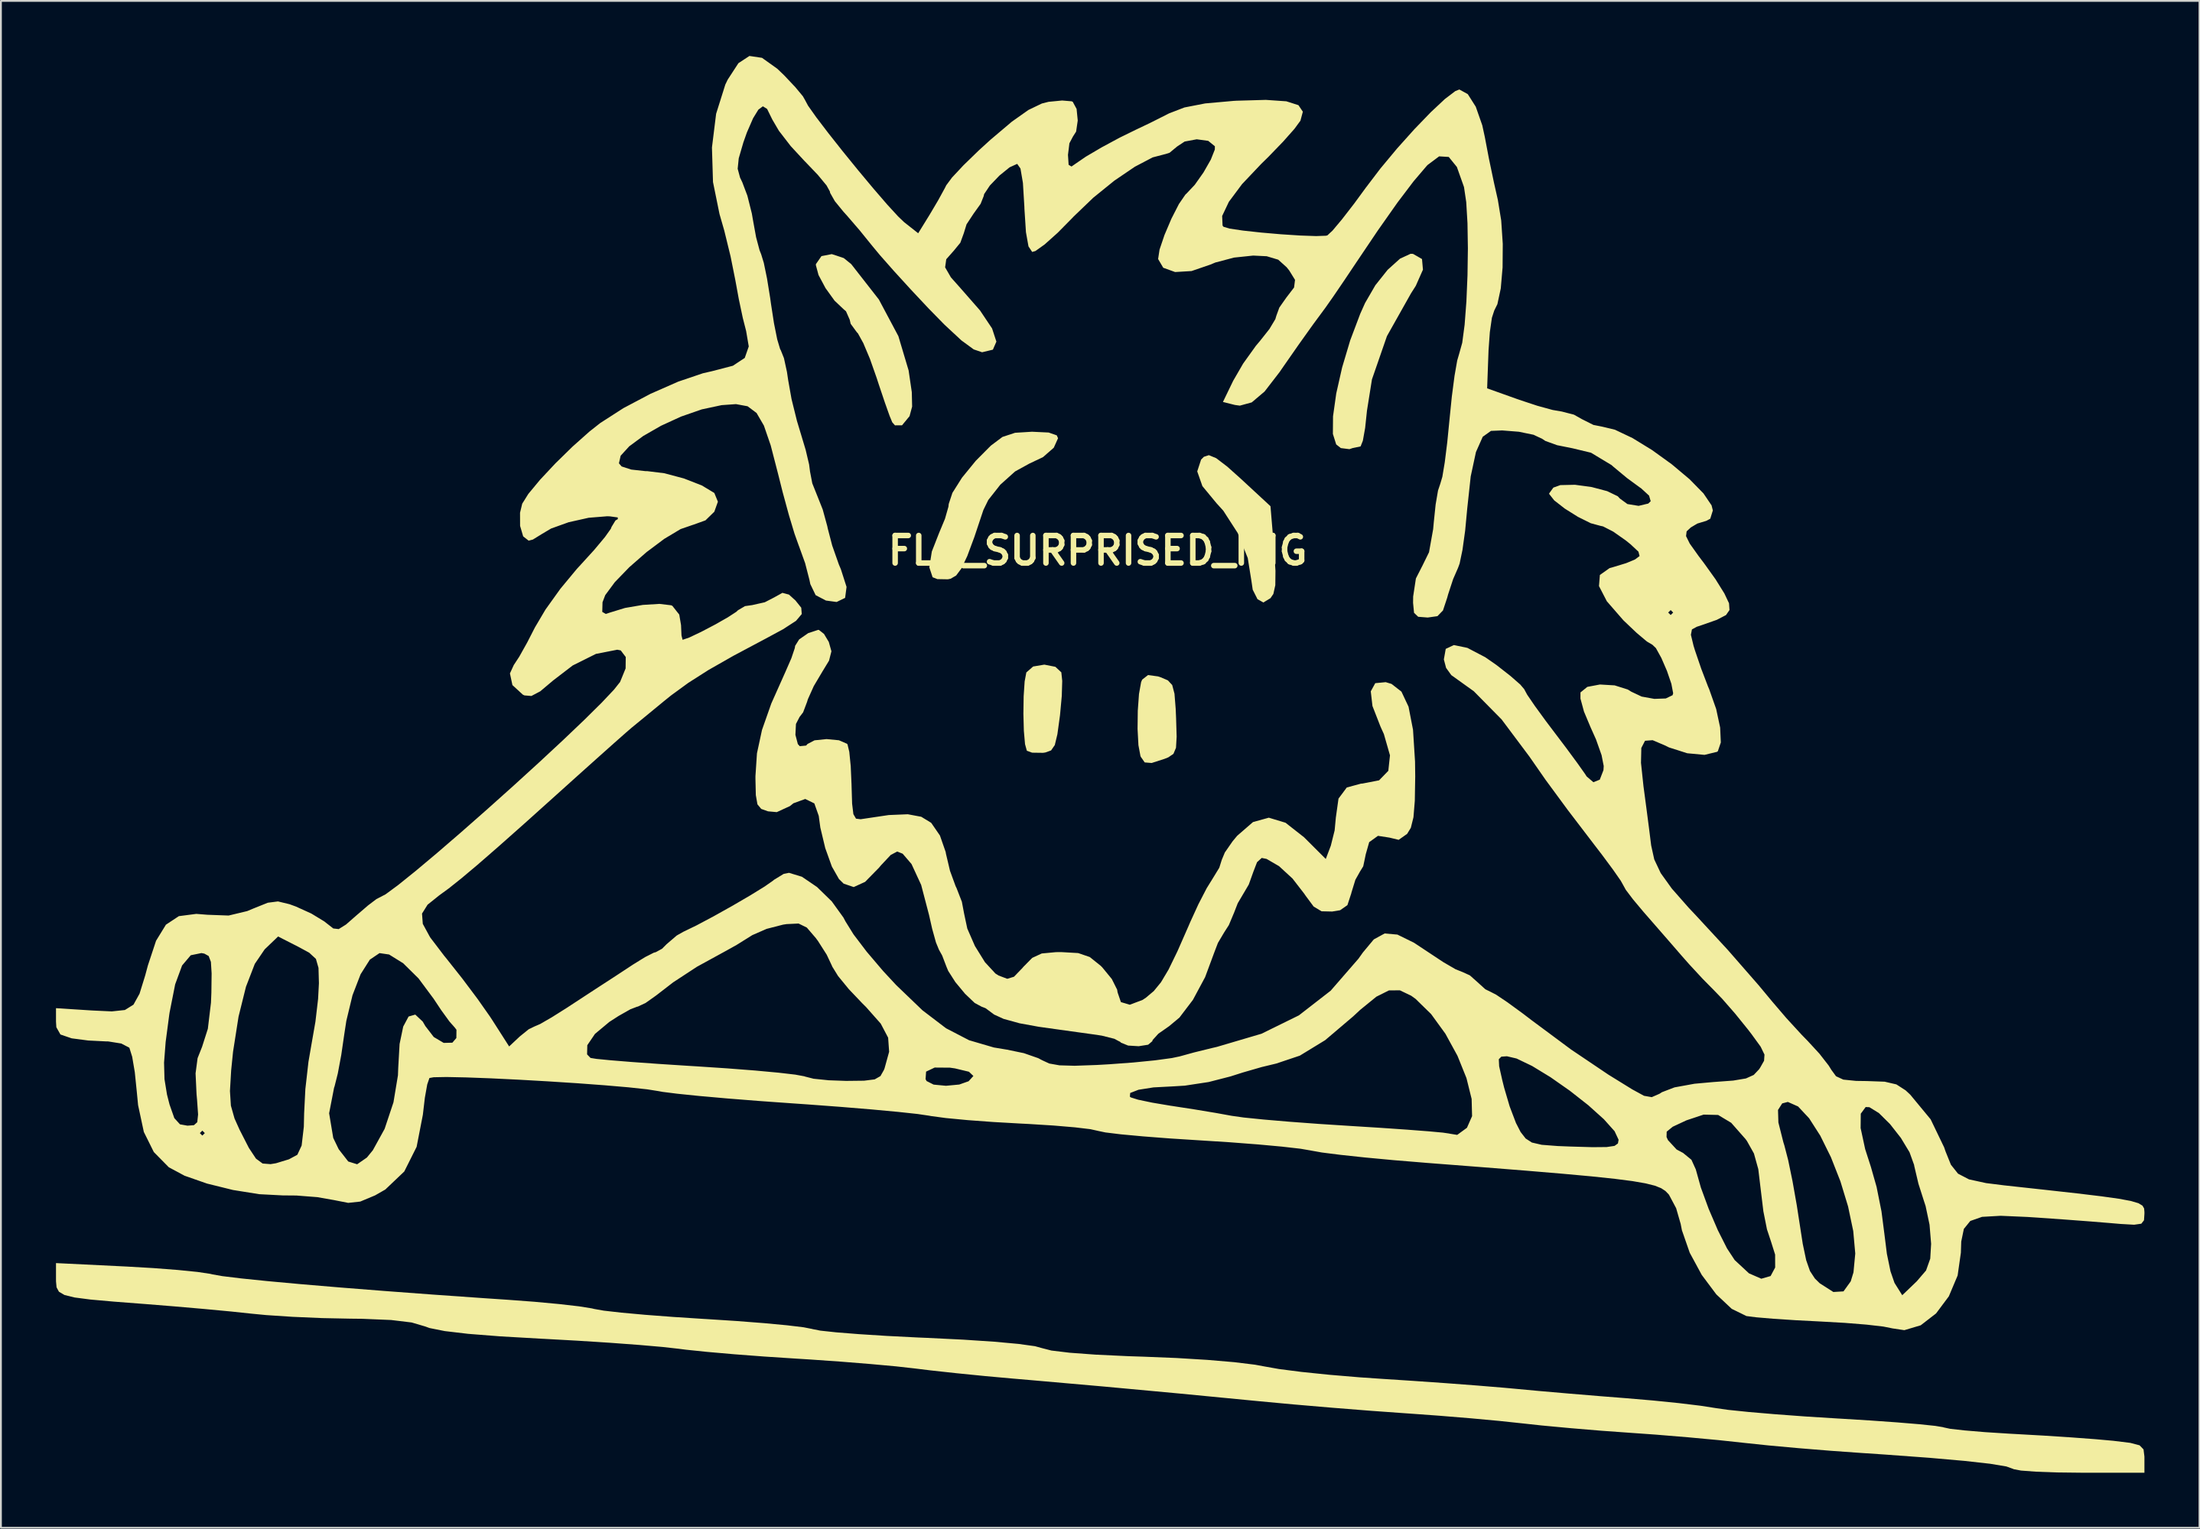
<source format=kicad_pcb>
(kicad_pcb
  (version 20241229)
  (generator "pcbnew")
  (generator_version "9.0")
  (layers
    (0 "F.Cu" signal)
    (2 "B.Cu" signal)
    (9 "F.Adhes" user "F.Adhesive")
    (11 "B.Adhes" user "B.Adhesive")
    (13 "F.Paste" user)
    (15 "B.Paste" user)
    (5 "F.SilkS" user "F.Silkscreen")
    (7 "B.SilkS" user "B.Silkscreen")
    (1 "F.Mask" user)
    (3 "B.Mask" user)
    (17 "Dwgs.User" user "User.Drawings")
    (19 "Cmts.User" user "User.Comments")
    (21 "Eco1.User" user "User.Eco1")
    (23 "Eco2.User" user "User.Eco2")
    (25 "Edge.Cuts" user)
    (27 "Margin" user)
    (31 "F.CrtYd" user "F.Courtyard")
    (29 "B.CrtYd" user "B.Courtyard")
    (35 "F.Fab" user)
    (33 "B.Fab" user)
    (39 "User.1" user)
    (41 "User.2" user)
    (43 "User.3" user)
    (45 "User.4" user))
  (footprint "FLO_SURPRISED_IMG"
    (layer "F.Cu")
    (at 56.745 26.958)
    (property "Reference" "FLO_SURPRISED_IMG" (at 0 0 0) (layer "F.SilkS") (effects (font (size 1.5 1.5) (thickness 0.3))))
    (attr board_only exclude_from_pos_files exclude_from_bom)
    (fp_poly (pts (xy -2.308 6.335) (xy -1.983 6.637) (xy -1.934 7.104) (xy -1.959 7.931) (xy -2.052 8.944) (xy -2.059 9.002) (xy -2.197 10.01) (xy -2.339 10.601) (xy -2.541 10.893) (xy -2.856 11.006) (xy -2.982 11.024) (xy -3.573 11.016) (xy -3.861 10.911) (xy -3.96 10.552) (xy -4.024 9.824) (xy -4.049 8.898) (xy -4.035 7.944) (xy -3.981 7.132) (xy -3.889 6.642) (xy -3.519 6.319) (xy -2.908 6.217)) (stroke (width 0) (type solid)) (fill yes) (layer "F.SilkS"))
    (fp_poly (pts (xy 6.451 -5.037) (xy 7.059 -4.573) (xy 7.786 -3.922) (xy 9.41 -2.418) (xy 9.603 -0.104) (xy 9.682 1.103) (xy 9.673 1.888) (xy 9.567 2.364) (xy 9.412 2.593) (xy 9.022 2.83) (xy 8.703 2.65) (xy 8.442 2.133) (xy 8.377 1.686) (xy 8.172 0.407) (xy 7.626 -0.955) (xy 6.839 -2.174) (xy 6.466 -2.586) (xy 5.701 -3.513) (xy 5.42 -4.315) (xy 5.631 -4.96) (xy 5.783 -5.112) (xy 6.054 -5.2)) (stroke (width 0) (type solid)) (fill yes) (layer "F.SilkS"))
    (fp_poly (pts (xy 3.288 6.859) (xy 3.429 6.906) (xy 3.823 7.076) (xy 4.057 7.33) (xy 4.181 7.802) (xy 4.246 8.623) (xy 4.268 9.127) (xy 4.298 10.142) (xy 4.263 10.749) (xy 4.124 11.08) (xy 3.844 11.27) (xy 3.642 11.351) (xy 2.938 11.578) (xy 2.559 11.547) (xy 2.344 11.239) (xy 2.326 11.192) (xy 2.217 10.608) (xy 2.17 9.723) (xy 2.182 8.727) (xy 2.248 7.813) (xy 2.363 7.171) (xy 2.42 7.035) (xy 2.739 6.785)) (stroke (width 0) (type solid)) (fill yes) (layer "F.SilkS"))
    (fp_poly (pts (xy 17.172 -16.172) (xy 17.664 -15.889) (xy 17.715 -15.31) (xy 17.325 -14.429) (xy 17.063 -14.017) (xy 15.754 -11.688) (xy 14.937 -9.329) (xy 14.667 -7.634) (xy 14.566 -6.683) (xy 14.442 -5.987) (xy 14.319 -5.679) (xy 14.304 -5.674) (xy 13.886 -5.587) (xy 13.711 -5.527) (xy 13.241 -5.586) (xy 12.989 -5.787) (xy 12.809 -6.358) (xy 12.817 -7.318) (xy 12.992 -8.561) (xy 13.312 -9.978) (xy 13.754 -11.461) (xy 14.298 -12.903) (xy 14.56 -13.489) (xy 15.121 -14.459) (xy 15.792 -15.303) (xy 16.467 -15.911) (xy 17.039 -16.175)) (stroke (width 0) (type solid)) (fill yes) (layer "F.SilkS"))
    (fp_poly (pts (xy -13.834 -15.942) (xy -13.426 -15.611) (xy -11.922 -13.685) (xy -10.859 -11.687) (xy -10.301 -9.816) (xy -10.128 -8.635) (xy -10.11 -7.848) (xy -10.248 -7.334) (xy -10.257 -7.317) (xy -10.66 -6.828) (xy -11.044 -6.825) (xy -11.192 -6.99) (xy -11.337 -7.341) (xy -11.596 -8.071) (xy -11.923 -9.044) (xy -12.041 -9.407) (xy -12.408 -10.449) (xy -12.769 -11.305) (xy -13.06 -11.833) (xy -13.128 -11.908) (xy -13.458 -12.36) (xy -13.511 -12.585) (xy -13.713 -13.043) (xy -13.848 -13.159) (xy -14.336 -13.621) (xy -14.829 -14.306) (xy -15.209 -15.018) (xy -15.355 -15.562) (xy -15.349 -15.617) (xy -15.048 -16.05) (xy -14.486 -16.158)) (stroke (width 0) (type solid)) (fill yes) (layer "F.SilkS"))
    (fp_poly (pts (xy -2.673 -6.434) (xy -2.231 -6.279) (xy -2.162 -6.122) (xy -2.394 -5.606) (xy -2.981 -5.093) (xy -3.729 -4.738) (xy -4.5 -4.314) (xy -5.307 -3.59) (xy -5.962 -2.757) (xy -6.227 -2.216) (xy -6.721 -0.737) (xy -7.107 0.301) (xy -7.424 0.974) (xy -7.712 1.359) (xy -8.01 1.534) (xy -8.163 1.566) (xy -8.735 1.556) (xy -8.995 1.454) (xy -9.173 0.916) (xy -9.038 0.054) (xy -8.647 -0.946) (xy -8.32 -1.732) (xy -8.132 -2.392) (xy -8.116 -2.542) (xy -7.916 -3.145) (xy -7.395 -3.971) (xy -6.645 -4.891) (xy -5.825 -5.717) (xy -5.189 -6.194) (xy -4.501 -6.42) (xy -3.58 -6.477)) (stroke (width 0) (type solid)) (fill yes) (layer "F.SilkS"))
    (fp_poly (pts (xy -52.894 39.023) (xy -51.435 39.108) (xy -50.107 39.21) (xy -49.035 39.318) (xy -48.343 39.421) (xy -48.233 39.448) (xy -47.694 39.544) (xy -46.671 39.669) (xy -45.219 39.818) (xy -43.393 39.985) (xy -41.248 40.166) (xy -38.839 40.356) (xy -36.221 40.551) (xy -33.45 40.746) (xy -32.155 40.833) (xy -30.685 40.943) (xy -29.347 41.067) (xy -28.262 41.191) (xy -27.555 41.304) (xy -27.427 41.335) (xy -26.908 41.427) (xy -25.949 41.536) (xy -24.65 41.654) (xy -23.108 41.771) (xy -21.425 41.88) (xy -21.347 41.884) (xy -19.682 41.991) (xy -18.177 42.108) (xy -16.925 42.225) (xy -16.019 42.334) (xy -15.552 42.426) (xy -15.537 42.432) (xy -15.113 42.516) (xy -14.238 42.61) (xy -13 42.708) (xy -11.491 42.804) (xy -9.798 42.89) (xy -9.319 42.91) (xy -7.325 43.008) (xy -5.635 43.12) (xy -4.312 43.241) (xy -3.416 43.365) (xy -3.038 43.469) (xy -2.525 43.601) (xy -1.53 43.721) (xy -0.114 43.825) (xy 1.667 43.909) (xy 2.498 43.936) (xy 4.286 44.008) (xy 5.973 44.111) (xy 7.44 44.236) (xy 8.565 44.373) (xy 9.052 44.463) (xy 9.873 44.609) (xy 11.102 44.767) (xy 12.611 44.922) (xy 14.267 45.061) (xy 15.402 45.139) (xy 17.184 45.255) (xy 19.001 45.382) (xy 20.692 45.51) (xy 22.096 45.626) (xy 22.698 45.681) (xy 24.033 45.805) (xy 25.682 45.948) (xy 27.418 46.092) (xy 28.778 46.199) (xy 30.244 46.324) (xy 31.649 46.466) (xy 32.832 46.609) (xy 33.636 46.734) (xy 33.641 46.735) (xy 34.334 46.834) (xy 35.457 46.95) (xy 36.899 47.073) (xy 38.552 47.195) (xy 40.304 47.305) (xy 40.397 47.31) (xy 42.06 47.412) (xy 43.543 47.517) (xy 44.76 47.618) (xy 45.624 47.708) (xy 46.049 47.779) (xy 46.071 47.789) (xy 46.428 47.866) (xy 47.217 47.955) (xy 48.33 48.048) (xy 49.657 48.133) (xy 49.989 48.151) (xy 51.521 48.237) (xy 53.029 48.335) (xy 54.343 48.433) (xy 55.294 48.518) (xy 55.326 48.521) (xy 56.246 48.634) (xy 56.751 48.767) (xy 56.966 48.99) (xy 57.014 49.374) (xy 57.015 49.481) (xy 57.015 50.26) (xy 53.547 50.26) (xy 52.227 50.245) (xy 51.105 50.204) (xy 50.29 50.143) (xy 49.893 50.068) (xy 49.877 50.057) (xy 49.497 49.92) (xy 48.616 49.773) (xy 47.225 49.617) (xy 45.316 49.449) (xy 42.88 49.27) (xy 41.613 49.185) (xy 39.93 49.065) (xy 38.172 48.922) (xy 36.538 48.773) (xy 35.226 48.635) (xy 35.128 48.624) (xy 33.792 48.481) (xy 32.142 48.328) (xy 30.405 48.185) (xy 29.048 48.088) (xy 27.431 47.972) (xy 25.733 47.83) (xy 24.17 47.684) (xy 23.103 47.568) (xy 21.889 47.439) (xy 20.328 47.295) (xy 18.611 47.154) (xy 16.93 47.032) (xy 16.753 47.02) (xy 14.912 46.888) (xy 12.794 46.72) (xy 10.663 46.538) (xy 8.782 46.363) (xy 4.437 45.943) (xy 0.363 45.566) (xy -3.706 45.208) (xy -4.594 45.132) (xy -6.133 44.993) (xy -7.704 44.836) (xy -9.107 44.683) (xy -9.998 44.574) (xy -10.989 44.463) (xy -12.369 44.337) (xy -13.984 44.207) (xy -15.685 44.088) (xy -16.483 44.038) (xy -18.155 43.929) (xy -19.801 43.804) (xy -21.274 43.675) (xy -22.427 43.556) (xy -22.833 43.504) (xy -23.7 43.407) (xy -24.986 43.295) (xy -26.571 43.178) (xy -28.335 43.065) (xy -30.156 42.964) (xy -30.264 42.959) (xy -32.535 42.829) (xy -34.295 42.691) (xy -35.572 42.54) (xy -36.396 42.375) (xy -36.655 42.283) (xy -37.371 42.072) (xy -38.49 41.937) (xy -40.07 41.871) (xy -40.708 41.864) (xy -42.247 41.833) (xy -43.85 41.764) (xy -45.291 41.669) (xy -46.071 41.594) (xy -47.204 41.474) (xy -48.683 41.335) (xy -50.315 41.193) (xy -51.881 41.067) (xy -53.606 40.934) (xy -54.866 40.822) (xy -55.734 40.709) (xy -56.282 40.574) (xy -56.584 40.397) (xy -56.714 40.157) (xy -56.744 39.833) (xy -56.745 39.678) (xy -56.745 38.835)) (stroke (width 0) (type solid)) (fill yes) (layer "F.SilkS"))
    (fp_poly (pts (xy -14.912 4.542) (xy -14.649 4.981) (xy -14.506 5.489) (xy -14.636 5.999) (xy -15.007 6.61) (xy -15.467 7.386) (xy -15.79 8.106) (xy -15.834 8.251) (xy -16.048 8.817) (xy -16.243 9.071) (xy -16.438 9.45) (xy -16.468 10.042) (xy -16.335 10.548) (xy -16.231 10.662) (xy -15.884 10.628) (xy -15.81 10.543) (xy -15.425 10.342) (xy -14.77 10.275) (xy -14.096 10.339) (xy -13.657 10.53) (xy -13.629 10.566) (xy -13.533 10.97) (xy -13.455 11.75) (xy -13.411 12.741) (xy -13.41 12.795) (xy -13.379 13.796) (xy -13.31 14.366) (xy -13.167 14.612) (xy -12.917 14.643) (xy -12.835 14.631) (xy -11.384 14.415) (xy -10.345 14.372) (xy -9.613 14.509) (xy -9.086 14.83) (xy -9.063 14.851) (xy -8.595 15.532) (xy -8.285 16.422) (xy -8.266 16.529) (xy -8.047 17.455) (xy -7.74 18.295) (xy -7.693 18.389) (xy -7.4 19.143) (xy -7.28 19.78) (xy -7.105 20.602) (xy -6.69 21.553) (xy -6.143 22.435) (xy -5.574 23.051) (xy -5.404 23.16) (xy -4.928 23.34) (xy -4.562 23.228) (xy -4.104 22.753) (xy -4.053 22.692) (xy -3.569 22.2) (xy -3.05 21.96) (xy -2.277 21.887) (xy -1.98 21.885) (xy -1.062 21.938) (xy -0.433 22.154) (xy 0.155 22.625) (xy 0.249 22.719) (xy 0.767 23.352) (xy 1.058 23.933) (xy 1.081 24.078) (xy 1.262 24.61) (xy 1.745 24.754) (xy 2.439 24.493) (xy 2.625 24.369) (xy 3.053 24.008) (xy 3.445 23.529) (xy 3.856 22.839) (xy 4.341 21.842) (xy 4.955 20.444) (xy 5.031 20.266) (xy 5.484 19.275) (xy 5.935 18.403) (xy 6.268 17.865) (xy 6.622 17.285) (xy 6.755 16.861) (xy 6.923 16.456) (xy 7.346 15.846) (xy 7.594 15.547) (xy 8.458 14.797) (xy 9.319 14.559) (xy 10.229 14.834) (xy 11.238 15.626) (xy 11.313 15.7) (xy 12.422 16.809) (xy 12.696 16.088) (xy 12.905 15.251) (xy 12.97 14.556) (xy 13.115 13.519) (xy 13.567 12.912) (xy 14.35 12.701) (xy 14.412 12.7) (xy 15.325 12.523) (xy 15.829 12.004) (xy 15.919 11.16) (xy 15.588 10.005) (xy 15.402 9.593) (xy 14.965 8.473) (xy 14.873 7.673) (xy 15.117 7.227) (xy 15.687 7.172) (xy 16.004 7.268) (xy 16.544 7.689) (xy 16.93 8.509) (xy 17.174 9.765) (xy 17.284 11.494) (xy 17.294 12.305) (xy 17.272 13.636) (xy 17.198 14.536) (xy 17.056 15.109) (xy 16.854 15.44) (xy 16.393 15.766) (xy 15.891 15.645) (xy 15.265 15.548) (xy 14.787 15.892) (xy 14.592 16.579) (xy 14.591 16.597) (xy 14.462 17.21) (xy 14.292 17.485) (xy 14.034 17.944) (xy 13.818 18.648) (xy 13.81 18.687) (xy 13.601 19.325) (xy 13.203 19.603) (xy 12.772 19.674) (xy 12.19 19.661) (xy 11.76 19.401) (xy 11.299 18.779) (xy 11.255 18.71) (xy 10.61 17.876) (xy 9.875 17.2) (xy 9.197 16.806) (xy 8.932 16.753) (xy 8.678 16.984) (xy 8.481 17.496) (xy 8.228 18.202) (xy 7.967 18.645) (xy 7.626 19.223) (xy 7.431 19.726) (xy 7.143 20.412) (xy 6.89 20.806) (xy 6.547 21.385) (xy 6.355 21.887) (xy 5.849 23.251) (xy 5.185 24.488) (xy 4.451 25.453) (xy 3.892 25.92) (xy 3.306 26.33) (xy 2.99 26.677) (xy 2.972 26.742) (xy 2.747 26.933) (xy 2.229 27.014) (xy 1.656 26.979) (xy 1.267 26.823) (xy 1.238 26.787) (xy 0.902 26.609) (xy 0.233 26.441) (xy -0.061 26.394) (xy -0.928 26.274) (xy -2.077 26.114) (xy -3.219 25.954) (xy -4.26 25.764) (xy -5.128 25.525) (xy -5.648 25.287) (xy -5.672 25.267) (xy -6.112 24.942) (xy -6.325 24.86) (xy -6.702 24.657) (xy -7.226 24.158) (xy -7.754 23.522) (xy -8.145 22.91) (xy -8.238 22.687) (xy -8.473 22.073) (xy -8.651 21.752) (xy -8.812 21.358) (xy -9.02 20.609) (xy -9.189 19.861) (xy -9.618 18.223) (xy -10.144 17.084) (xy -10.624 16.524) (xy -10.921 16.403) (xy -11.276 16.59) (xy -11.802 17.15) (xy -11.916 17.286) (xy -12.671 18.056) (xy -13.292 18.34) (xy -13.839 18.155) (xy -14.096 17.902) (xy -14.482 17.222) (xy -14.843 16.216) (xy -15.11 15.098) (xy -15.197 14.459) (xy -15.437 13.78) (xy -15.932 13.539) (xy -16.575 13.773) (xy -16.762 13.924) (xy -17.483 14.256) (xy -17.958 14.213) (xy -18.33 14.081) (xy -18.536 13.832) (xy -18.624 13.329) (xy -18.645 12.437) (xy -18.645 12.3) (xy -18.562 11.051) (xy -18.288 9.776) (xy -17.782 8.337) (xy -17.008 6.602) (xy -16.688 5.868) (xy -16.502 5.316) (xy -16.483 5.193) (xy -16.264 4.842) (xy -15.769 4.499) (xy -15.239 4.325) (xy -15.193 4.323)) (stroke (width 0) (type solid)) (fill yes) (layer "F.SilkS"))
    (fp_poly (pts (xy -18.288 -26.856) (xy -17.455 -26.262) (xy -17.078 -25.9) (xy -16.473 -25.258) (xy -16.061 -24.762) (xy -15.943 -24.555) (xy -15.778 -24.246) (xy -15.333 -23.618) (xy -14.681 -22.762) (xy -13.895 -21.767) (xy -13.047 -20.724) (xy -12.212 -19.723) (xy -11.462 -18.854) (xy -10.869 -18.208) (xy -10.549 -17.902) (xy -9.78 -17.295) (xy -9.155 -18.308) (xy -8.695 -19.086) (xy -8.32 -19.771) (xy -8.251 -19.91) (xy -7.937 -20.332) (xy -7.313 -21) (xy -6.479 -21.81) (xy -5.842 -22.391) (xy -4.677 -23.377) (xy -3.775 -24.015) (xy -3.044 -24.366) (xy -2.677 -24.459) (xy -1.939 -24.53) (xy -1.422 -24.487) (xy -1.361 -24.46) (xy -1.151 -24.071) (xy -1.089 -23.439) (xy -1.177 -22.836) (xy -1.351 -22.563) (xy -1.543 -22.199) (xy -1.621 -21.568) (xy -1.586 -21.025) (xy -1.428 -20.932) (xy -1.195 -21.094) (xy -0.645 -21.471) (xy 0.214 -21.976) (xy 1.198 -22.507) (xy 2.127 -22.962) (xy 2.162 -22.978) (xy 2.842 -23.302) (xy 3.683 -23.725) (xy 3.884 -23.828) (xy 4.723 -24.151) (xy 5.854 -24.371) (xy 7.395 -24.509) (xy 7.549 -24.518) (xy 9.157 -24.564) (xy 10.273 -24.487) (xy 10.933 -24.276) (xy 11.173 -23.92) (xy 11.042 -23.43) (xy 10.713 -22.982) (xy 10.096 -22.286) (xy 9.299 -21.461) (xy 8.897 -21.066) (xy 7.861 -19.972) (xy 7.143 -19.008) (xy 6.777 -18.235) (xy 6.8 -17.714) (xy 6.853 -17.647) (xy 7.188 -17.548) (xy 7.918 -17.44) (xy 8.898 -17.333) (xy 9.985 -17.239) (xy 11.032 -17.171) (xy 11.896 -17.141) (xy 12.432 -17.16) (xy 12.508 -17.178) (xy 12.79 -17.44) (xy 13.302 -18.05) (xy 13.969 -18.912) (xy 14.591 -19.762) (xy 15.392 -20.816) (xy 16.303 -21.911) (xy 17.246 -22.963) (xy 18.141 -23.891) (xy 18.911 -24.612) (xy 19.477 -25.043) (xy 19.699 -25.13) (xy 20.157 -24.878) (xy 20.592 -24.192) (xy 20.947 -23.178) (xy 21.085 -22.542) (xy 21.306 -21.379) (xy 21.587 -20.036) (xy 21.795 -19.113) (xy 21.978 -17.992) (xy 22.063 -16.716) (xy 22.053 -15.432) (xy 21.954 -14.287) (xy 21.77 -13.429) (xy 21.599 -13.083) (xy 21.47 -12.684) (xy 21.359 -11.905) (xy 21.287 -10.91) (xy 21.284 -10.816) (xy 21.212 -8.842) (xy 22.968 -8.215) (xy 23.943 -7.893) (xy 24.781 -7.663) (xy 25.281 -7.577) (xy 25.941 -7.407) (xy 26.362 -7.169) (xy 27.001 -6.848) (xy 27.427 -6.764) (xy 28.17 -6.588) (xy 29.13 -6.132) (xy 30.199 -5.476) (xy 31.27 -4.702) (xy 32.239 -3.888) (xy 32.996 -3.115) (xy 33.437 -2.464) (xy 33.506 -2.188) (xy 33.365 -1.735) (xy 33.153 -1.621) (xy 32.662 -1.472) (xy 32.307 -1.261) (xy 32.078 -1.047) (xy 32.046 -0.789) (xy 32.25 -0.377) (xy 32.733 0.301) (xy 33.033 0.698) (xy 33.652 1.563) (xy 34.134 2.337) (xy 34.382 2.861) (xy 34.388 2.885) (xy 34.413 3.241) (xy 34.223 3.515) (xy 33.721 3.776) (xy 32.809 4.096) (xy 32.637 4.151) (xy 32.368 4.296) (xy 32.311 4.59) (xy 32.455 5.189) (xy 32.539 5.46) (xy 32.874 6.442) (xy 33.239 7.397) (xy 33.31 7.566) (xy 33.688 8.637) (xy 33.904 9.647) (xy 33.941 10.458) (xy 33.78 10.933) (xy 33.736 10.969) (xy 33.052 11.135) (xy 32.112 11.047) (xy 31.122 10.731) (xy 30.877 10.612) (xy 30.225 10.335) (xy 29.812 10.366) (xy 29.61 10.759) (xy 29.592 11.569) (xy 29.728 12.849) (xy 29.729 12.854) (xy 29.887 14.043) (xy 30.034 15.174) (xy 30.14 16.019) (xy 30.148 16.078) (xy 30.314 16.831) (xy 30.666 17.578) (xy 31.273 18.425) (xy 32.202 19.48) (xy 32.561 19.86) (xy 34.312 21.756) (xy 36 23.69) (xy 36.749 24.591) (xy 37.515 25.486) (xy 38.351 26.397) (xy 38.67 26.724) (xy 39.311 27.42) (xy 39.818 28.071) (xy 39.963 28.305) (xy 40.216 28.651) (xy 40.614 28.835) (xy 41.31 28.905) (xy 41.895 28.913) (xy 42.867 28.948) (xy 43.504 29.096) (xy 44.008 29.421) (xy 44.26 29.656) (xy 45.37 30.999) (xy 46.106 32.528) (xy 46.179 32.742) (xy 46.474 33.474) (xy 46.861 33.961) (xy 47.46 34.272) (xy 48.39 34.475) (xy 49.373 34.598) (xy 51.596 34.841) (xy 53.34 35.035) (xy 54.663 35.194) (xy 55.623 35.328) (xy 56.279 35.45) (xy 56.688 35.571) (xy 56.908 35.703) (xy 56.998 35.857) (xy 57.015 36.046) (xy 57.015 36.146) (xy 56.992 36.5) (xy 56.846 36.688) (xy 56.455 36.744) (xy 55.701 36.701) (xy 55.191 36.657) (xy 54.077 36.566) (xy 52.666 36.46) (xy 51.2 36.357) (xy 50.648 36.321) (xy 49.183 36.257) (xy 48.17 36.315) (xy 47.53 36.539) (xy 47.179 36.972) (xy 47.037 37.659) (xy 47.017 38.268) (xy 46.84 39.511) (xy 46.362 40.645) (xy 45.665 41.579) (xy 44.83 42.225) (xy 43.937 42.491) (xy 43.296 42.395) (xy 42.793 42.294) (xy 41.88 42.189) (xy 40.689 42.093) (xy 39.378 42.019) (xy 38.024 41.949) (xy 36.806 41.869) (xy 35.86 41.789) (xy 35.334 41.721) (xy 34.534 41.329) (xy 33.693 40.538) (xy 32.9 39.477) (xy 32.247 38.271) (xy 31.822 37.048) (xy 31.754 36.701) (xy 31.507 35.843) (xy 31.119 35.114) (xy 31.091 35.079) (xy 30.923 34.905) (xy 30.691 34.753) (xy 30.347 34.616) (xy 29.843 34.49) (xy 29.133 34.367) (xy 28.169 34.243) (xy 26.903 34.109) (xy 25.289 33.962) (xy 23.278 33.793) (xy 20.824 33.598) (xy 17.879 33.37) (xy 17.834 33.366) (xy 16.136 33.226) (xy 14.564 33.079) (xy 13.221 32.935) (xy 12.209 32.807) (xy 11.63 32.704) (xy 11.619 32.701) (xy 11.052 32.603) (xy 10.049 32.488) (xy 8.716 32.366) (xy 7.158 32.247) (xy 5.556 32.145) (xy 3.925 32.041) (xy 2.464 31.928) (xy 1.264 31.817) (xy 0.418 31.714) (xy 0.018 31.63) (xy 0.016 31.629) (xy -0.397 31.537) (xy -1.239 31.436) (xy -2.398 31.338) (xy -3.763 31.252) (xy -4.188 31.231) (xy -5.683 31.146) (xy -7.093 31.042) (xy -8.275 30.929) (xy -9.086 30.82) (xy -9.187 30.801) (xy -9.809 30.709) (xy -10.874 30.594) (xy -12.285 30.463) (xy -13.948 30.325) (xy -15.766 30.189) (xy -16.618 30.13) (xy -18.464 29.998) (xy -20.189 29.861) (xy -21.266 29.765) (xy 1.751 29.765) (xy 1.808 29.807) (xy 2.201 29.93) (xy 2.972 30.091) (xy 3.963 30.258) (xy 4.087 30.276) (xy 5.279 30.46) (xy 6.448 30.654) (xy 7.296 30.808) (xy 7.949 30.9) (xy 9.032 31.01) (xy 10.438 31.13) (xy 12.057 31.25) (xy 13.779 31.361) (xy 13.781 31.361) (xy 15.41 31.463) (xy 16.845 31.562) (xy 18.004 31.651) (xy 18.802 31.724) (xy 19.154 31.775) (xy 19.163 31.78) (xy 19.58 31.848) (xy 20.112 31.46) (xy 20.391 30.826) (xy 20.367 29.888) (xy 20.086 28.754) (xy 19.672 27.725) (xy 21.847 27.725) (xy 21.866 28.107) (xy 22.032 28.848) (xy 22.137 29.27) (xy 22.437 30.291) (xy 22.781 31.197) (xy 23.035 31.691) (xy 23.31 32.045) (xy 23.649 32.264) (xy 24.185 32.388) (xy 25.052 32.455) (xy 25.737 32.482) (xy 26.95 32.517) (xy 27.722 32.51) (xy 28.151 32.447) (xy 28.335 32.315) (xy 28.372 32.114) (xy 28.302 31.963) (xy 30.984 31.963) (xy 31.062 32.133) (xy 31.533 32.644) (xy 31.884 32.831) (xy 32.34 33.204) (xy 32.577 33.727) (xy 32.853 34.716) (xy 33.279 35.88) (xy 33.779 37.045) (xy 34.279 38.036) (xy 34.696 38.67) (xy 35.473 39.393) (xy 36.146 39.687) (xy 36.652 39.541) (xy 36.901 39.075) (xy 36.898 38.371) (xy 36.673 37.656) (xy 36.454 36.996) (xy 36.258 36.01) (xy 36.127 34.928) (xy 35.982 33.716) (xy 35.744 32.86) (xy 35.359 32.173) (xy 35.283 32.071) (xy 34.506 31.189) (xy 33.794 30.761) (xy 33.004 30.742) (xy 32.066 31.055) (xy 31.321 31.403) (xy 30.992 31.672) (xy 30.984 31.963) (xy 28.302 31.963) (xy 28.154 31.647) (xy 27.569 30.993) (xy 27.007 30.488) (xy 37.056 30.488) (xy 37.076 31.17) (xy 37.347 32.247) (xy 37.403 32.426) (xy 37.609 33.221) (xy 37.846 34.37) (xy 38.079 35.688) (xy 38.201 36.479) (xy 38.404 37.789) (xy 38.591 38.679) (xy 38.798 39.269) (xy 39.065 39.677) (xy 39.332 39.938) (xy 40.07 40.41) (xy 40.623 40.377) (xy 41.017 39.83) (xy 41.167 39.338) (xy 41.264 38.313) (xy 41.154 37.089) (xy 40.873 35.75) (xy 40.456 34.381) (xy 39.939 33.066) (xy 39.359 31.892) (xy 39.092 31.475) (xy 41.556 31.475) (xy 41.803 32.623) (xy 42.113 33.585) (xy 42.425 34.681) (xy 42.692 36.018) (xy 42.849 37.233) (xy 42.986 38.328) (xy 43.183 39.283) (xy 43.399 39.908) (xy 43.424 39.951) (xy 43.823 40.587) (xy 44.609 39.833) (xy 45.119 39.239) (xy 45.348 38.594) (xy 45.396 37.785) (xy 45.31 36.742) (xy 45.095 35.724) (xy 45.012 35.471) (xy 44.706 34.512) (xy 44.479 33.55) (xy 44.467 33.479) (xy 44.22 32.794) (xy 43.748 32.012) (xy 43.157 31.258) (xy 42.551 30.658) (xy 42.036 30.339) (xy 41.831 30.329) (xy 41.564 30.693) (xy 41.556 31.475) (xy 39.092 31.475) (xy 38.75 30.941) (xy 38.149 30.299) (xy 37.592 30.051) (xy 37.284 30.132) (xy 37.056 30.488) (xy 27.007 30.488) (xy 26.723 30.232) (xy 25.719 29.443) (xy 24.663 28.703) (xy 23.66 28.091) (xy 22.814 27.685) (xy 22.291 27.562) (xy 21.985 27.583) (xy 21.847 27.725) (xy 19.672 27.725) (xy 19.594 27.533) (xy 18.937 26.333) (xy 18.16 25.263) (xy 17.31 24.432) (xy 17.071 24.261) (xy 16.459 23.968) (xy 15.862 23.973) (xy 15.178 24.315) (xy 14.3 25.03) (xy 13.916 25.387) (xy 12.39 26.684) (xy 11.009 27.528) (xy 9.728 27.958) (xy 8.935 28.149) (xy 7.909 28.445) (xy 7.227 28.662) (xy 6.043 28.966) (xy 4.75 29.163) (xy 4.12 29.202) (xy 3.036 29.259) (xy 2.224 29.387) (xy 1.768 29.563) (xy 1.751 29.765) (xy -21.266 29.765) (xy -21.7 29.727) (xy -22.903 29.604) (xy -23.703 29.503) (xy -23.914 29.464) (xy -24.546 29.364) (xy -25.56 29.255) (xy -26.862 29.143) (xy -28.358 29.032) (xy -29.955 28.929) (xy -31.558 28.838) (xy -33.076 28.764) (xy -34.412 28.715) (xy -35.476 28.693) (xy -36.171 28.706) (xy -36.403 28.747) (xy -36.523 29.096) (xy -36.653 29.826) (xy -36.761 30.751) (xy -37.101 32.499) (xy -37.774 33.843) (xy -38.806 34.825) (xy -39.365 35.145) (xy -40.172 35.482) (xy -40.828 35.553) (xy -41.606 35.4) (xy -42.509 35.241) (xy -43.646 35.152) (xy -44.394 35.146) (xy -45.669 35.08) (xy -47.102 34.851) (xy -48.518 34.501) (xy -49.742 34.073) (xy -50.601 33.611) (xy -50.603 33.609) (xy -51.417 32.782) (xy -51.929 31.75) (xy -48.909 31.75) (xy -48.773 31.885) (xy -48.638 31.75) (xy -48.773 31.615) (xy -48.909 31.75) (xy -51.929 31.75) (xy -51.96 31.688) (xy -52.273 30.226) (xy -52.348 29.454) (xy -52.453 28.426) (xy -52.541 27.908) (xy -50.859 27.908) (xy -50.835 28.81) (xy -50.699 29.647) (xy -50.559 30.196) (xy -50.299 30.934) (xy -49.991 31.272) (xy -49.584 31.345) (xy -49.231 31.318) (xy -49.05 31.156) (xy -49.005 30.735) (xy -49.061 29.933) (xy -49.088 29.641) (xy -49.097 29.456) (xy -47.269 29.456) (xy -47.218 30.255) (xy -47.02 30.954) (xy -46.747 31.562) (xy -46.239 32.556) (xy -45.851 33.142) (xy -45.49 33.408) (xy -45.059 33.442) (xy -44.761 33.393) (xy -44.057 33.179) (xy -43.598 32.931) (xy -43.364 32.427) (xy -43.245 31.402) (xy -43.229 30.704) (xy -43.228 30.669) (xy -41.867 30.669) (xy -41.643 32.012) (xy -41.346 32.628) (xy -40.825 33.298) (xy -40.341 33.449) (xy -39.811 33.083) (xy -39.486 32.685) (xy -38.844 31.519) (xy -38.362 30.072) (xy -38.118 28.599) (xy -38.103 28.203) (xy -38.061 27.459) (xy -27.816 27.459) (xy -27.629 27.653) (xy -27.31 27.705) (xy -26.534 27.781) (xy -25.386 27.874) (xy -23.95 27.977) (xy -22.308 28.083) (xy -21.887 28.109) (xy -20.192 28.221) (xy -18.667 28.339) (xy -17.398 28.456) (xy -16.475 28.563) (xy -15.984 28.653) (xy -15.943 28.669) (xy -15.476 28.787) (xy -14.653 28.871) (xy -13.707 28.905) (xy -12.727 28.894) (xy -12.15 28.822) (xy -12.125 28.808) (xy -9.378 28.808) (xy -9.322 28.913) (xy -8.939 29.107) (xy -8.267 29.171) (xy -7.542 29.103) (xy -7.033 28.923) (xy -6.773 28.636) (xy -7.015 28.406) (xy -7.777 28.223) (xy -8.049 28.184) (xy -8.882 28.178) (xy -9.349 28.399) (xy -9.378 28.808) (xy -12.125 28.808) (xy -11.836 28.643) (xy -11.648 28.311) (xy -11.612 28.22) (xy -11.363 27.317) (xy -11.417 26.549) (xy -11.821 25.782) (xy -12.622 24.877) (xy -12.814 24.687) (xy -13.556 23.907) (xy -14.145 23.188) (xy -14.462 22.674) (xy -14.474 22.64) (xy -14.764 22.025) (xy -15.237 21.282) (xy -15.358 21.118) (xy -15.848 20.547) (xy -16.295 20.328) (xy -16.949 20.359) (xy -17.143 20.389) (xy -18.037 20.619) (xy -18.816 20.96) (xy -18.915 21.022) (xy -19.672 21.495) (xy -20.266 21.826) (xy -21.833 22.685) (xy -23.127 23.533) (xy -24.058 24.252) (xy -24.632 24.659) (xy -25.054 24.856) (xy -25.088 24.86) (xy -25.456 25.001) (xy -26.099 25.365) (xy -26.602 25.689) (xy -27.385 26.342) (xy -27.804 26.96) (xy -27.816 27.459) (xy -38.061 27.459) (xy -38.029 26.893) (xy -37.831 25.943) (xy -37.538 25.395) (xy -37.174 25.291) (xy -36.769 25.671) (xy -36.627 25.915) (xy -36.167 26.513) (xy -35.626 26.834) (xy -35.154 26.822) (xy -34.937 26.568) (xy -34.931 26.117) (xy -35.036 25.981) (xy -35.31 25.672) (xy -35.76 25.051) (xy -36.18 24.42) (xy -36.997 23.319) (xy -37.833 22.493) (xy -38.6 22.016) (xy -39.122 21.94) (xy -39.648 22.295) (xy -40.153 23.093) (xy -40.594 24.238) (xy -40.93 25.634) (xy -41.041 26.358) (xy -41.206 27.491) (xy -41.395 28.503) (xy -41.571 29.204) (xy -41.598 29.28) (xy -41.867 30.669) (xy -43.228 30.669) (xy -43.162 29.353) (xy -42.993 27.865) (xy -42.824 26.886) (xy -42.613 25.677) (xy -42.468 24.437) (xy -42.423 23.582) (xy -42.446 22.744) (xy -42.587 22.254) (xy -42.955 21.916) (xy -43.535 21.601) (xy -44.646 21.034) (xy -45.378 21.735) (xy -45.916 22.527) (xy -46.398 23.776) (xy -46.801 25.401) (xy -47.101 27.32) (xy -47.204 28.339) (xy -47.269 29.456) (xy -49.097 29.456) (xy -49.142 28.494) (xy -49.032 27.665) (xy -48.788 27.049) (xy -48.473 26.064) (xy -48.303 24.642) (xy -48.281 24.092) (xy -48.268 23.043) (xy -48.307 22.417) (xy -48.429 22.098) (xy -48.663 21.968) (xy -48.824 21.938) (xy -49.404 22.056) (xy -49.876 22.614) (xy -50.254 23.643) (xy -50.557 25.176) (xy -50.574 25.286) (xy -50.772 26.784) (xy -50.859 27.908) (xy -52.541 27.908) (xy -52.594 27.592) (xy -52.743 27.115) (xy -52.761 27.089) (xy -53.189 26.867) (xy -53.898 26.754) (xy -54.042 26.751) (xy -54.99 26.703) (xy -55.877 26.587) (xy -55.9 26.582) (xy -56.503 26.376) (xy -56.726 25.98) (xy -56.745 25.677) (xy -56.745 24.941) (xy -54.777 25.067) (xy -53.705 25.117) (xy -52.992 25.041) (xy -52.525 24.75) (xy -52.194 24.153) (xy -51.886 23.159) (xy -51.74 22.615) (xy -51.294 21.266) (xy -50.757 20.391) (xy -50.052 19.925) (xy -49.102 19.802) (xy -48.495 19.85) (xy -47.342 19.892) (xy -46.33 19.65) (xy -45.968 19.499) (xy -45.208 19.194) (xy -44.653 19.123) (xy -44.027 19.274) (xy -43.681 19.4) (xy -42.837 19.783) (xy -42.127 20.215) (xy -41.991 20.323) (xy -41.64 20.597) (xy -41.344 20.63) (xy -40.946 20.381) (xy -40.37 19.876) (xy -40.264 19.786) (xy -36.807 19.786) (xy -36.765 20.345) (xy -36.367 21.077) (xy -35.602 22.082) (xy -35.469 22.245) (xy -34.621 23.316) (xy -33.782 24.435) (xy -33.104 25.4) (xy -32.97 25.605) (xy -32.061 27.027) (xy -31.483 26.484) (xy -30.998 26.092) (xy -30.686 25.94) (xy -30.368 25.802) (xy -29.733 25.435) (xy -28.911 24.917) (xy -28.812 24.852) (xy -27.939 24.28) (xy -27.206 23.801) (xy -26.765 23.515) (xy -26.751 23.506) (xy -26.282 23.201) (xy -25.588 22.745) (xy -25.32 22.568) (xy -24.657 22.158) (xy -24.177 21.915) (xy -24.07 21.887) (xy -23.732 21.702) (xy -23.485 21.454) (xy -22.931 20.98) (xy -22.574 20.778) (xy -21.854 20.429) (xy -20.916 19.93) (xy -19.894 19.358) (xy -18.923 18.791) (xy -18.139 18.307) (xy -17.676 17.982) (xy -17.639 17.948) (xy -17.108 17.623) (xy -16.816 17.564) (xy -16.113 17.778) (xy -15.289 18.339) (xy -14.487 19.121) (xy -13.853 20) (xy -13.742 20.21) (xy -13.303 20.918) (xy -12.585 21.863) (xy -11.697 22.908) (xy -10.979 23.682) (xy -9.546 25.058) (xy -8.262 26.037) (xy -7.006 26.689) (xy -5.657 27.084) (xy -4.939 27.203) (xy -4.023 27.393) (xy -3.24 27.666) (xy -3.027 27.779) (xy -2.639 27.958) (xy -2.085 28.056) (xy -1.258 28.08) (xy -0.048 28.037) (xy 0.621 27.999) (xy 1.933 27.902) (xy 3.121 27.784) (xy 4.035 27.66) (xy 4.459 27.571) (xy 5.246 27.354) (xy 6.213 27.116) (xy 6.485 27.053) (xy 8.922 26.334) (xy 10.959 25.332) (xy 12.688 23.989) (xy 14.202 22.245) (xy 14.447 21.901) (xy 15.037 21.193) (xy 15.628 20.87) (xy 16.324 20.93) (xy 17.228 21.375) (xy 18.002 21.887) (xy 18.818 22.428) (xy 19.484 22.816) (xy 19.86 22.968) (xy 19.864 22.968) (xy 20.269 23.152) (xy 20.671 23.509) (xy 21.114 23.911) (xy 21.396 24.049) (xy 21.7 24.205) (xy 22.32 24.622) (xy 23.15 25.228) (xy 23.642 25.603) (xy 25.782 27.193) (xy 27.818 28.565) (xy 29.109 29.363) (xy 29.756 29.717) (xy 30.179 29.791) (xy 30.599 29.607) (xy 30.737 29.519) (xy 31.418 29.258) (xy 32.506 29.06) (xy 33.521 28.968) (xy 34.618 28.887) (xy 35.31 28.771) (xy 35.733 28.58) (xy 36.024 28.272) (xy 36.083 28.184) (xy 36.296 27.807) (xy 36.319 27.471) (xy 36.108 27.037) (xy 35.617 26.361) (xy 35.421 26.106) (xy 34.718 25.235) (xy 34.017 24.432) (xy 33.579 23.977) (xy 32.96 23.35) (xy 32.214 22.544) (xy 31.826 22.104) (xy 31.044 21.202) (xy 30.167 20.195) (xy 29.731 19.695) (xy 29.158 19.011) (xy 28.763 18.489) (xy 28.643 18.27) (xy 28.487 17.991) (xy 28.07 17.393) (xy 27.466 16.577) (xy 27.089 16.086) (xy 25.615 14.155) (xy 24.395 12.496) (xy 23.509 11.221) (xy 22.001 9.205) (xy 20.485 7.667) (xy 19.259 6.788) (xy 18.975 6.393) (xy 18.854 5.933) (xy 18.956 5.358) (xy 19.4 5.15) (xy 20.134 5.303) (xy 21.107 5.812) (xy 21.721 6.239) (xy 22.473 6.827) (xy 23.016 7.301) (xy 23.238 7.563) (xy 23.238 7.569) (xy 23.393 7.856) (xy 23.807 8.463) (xy 24.408 9.288) (xy 24.792 9.797) (xy 25.506 10.741) (xy 26.115 11.568) (xy 26.529 12.152) (xy 26.633 12.312) (xy 27 12.626) (xy 27.347 12.486) (xy 27.548 11.966) (xy 27.562 11.744) (xy 27.445 11.149) (xy 27.143 10.296) (xy 26.845 9.63) (xy 26.487 8.777) (xy 26.295 8.069) (xy 26.296 7.732) (xy 26.669 7.429) (xy 27.355 7.3) (xy 28.157 7.347) (xy 28.875 7.574) (xy 29.064 7.692) (xy 29.629 7.958) (xy 30.319 8.083) (xy 30.942 8.061) (xy 31.311 7.884) (xy 31.345 7.778) (xy 31.247 7.261) (xy 31.006 6.557) (xy 30.699 5.848) (xy 30.403 5.314) (xy 30.214 5.134) (xy 29.913 4.956) (xy 29.356 4.487) (xy 28.661 3.827) (xy 28.63 3.796) (xy 28.266 3.378) (xy 31.074 3.378) (xy 31.21 3.513) (xy 31.345 3.378) (xy 31.21 3.243) (xy 31.074 3.378) (xy 28.266 3.378) (xy 27.731 2.762) (xy 27.304 1.936) (xy 27.353 1.33) (xy 27.879 0.957) (xy 28.035 0.914) (xy 28.778 0.688) (xy 29.266 0.485) (xy 29.515 0.298) (xy 29.453 0.06) (xy 29.026 -0.34) (xy 28.756 -0.558) (xy 28.081 -1.032) (xy 27.528 -1.316) (xy 27.37 -1.351) (xy 26.858 -1.49) (xy 26.16 -1.837) (xy 25.44 -2.288) (xy 24.863 -2.738) (xy 24.593 -3.083) (xy 24.589 -3.114) (xy 24.819 -3.432) (xy 25.197 -3.568) (xy 25.996 -3.586) (xy 26.911 -3.461) (xy 27.752 -3.238) (xy 28.327 -2.96) (xy 28.444 -2.834) (xy 28.854 -2.535) (xy 29.462 -2.437) (xy 29.989 -2.563) (xy 30.121 -2.69) (xy 30.032 -2.995) (xy 29.6 -3.393) (xy 29.54 -3.433) (xy 28.829 -3.954) (xy 28.07 -4.585) (xy 27.987 -4.66) (xy 26.87 -5.333) (xy 25.864 -5.575) (xy 25.022 -5.744) (xy 24.383 -5.975) (xy 24.213 -6.089) (xy 23.739 -6.312) (xy 22.94 -6.476) (xy 22.032 -6.548) (xy 21.421 -6.523) (xy 20.972 -6.203) (xy 20.602 -5.37) (xy 20.317 -4.044) (xy 20.128 -2.297) (xy 20.014 -1.087) (xy 19.868 -0.036) (xy 19.713 0.708) (xy 19.625 0.946) (xy 19.358 1.559) (xy 19.086 2.388) (xy 19.037 2.567) (xy 18.806 3.264) (xy 18.505 3.575) (xy 17.986 3.648) (xy 17.956 3.648) (xy 17.456 3.609) (xy 17.23 3.393) (xy 17.177 2.849) (xy 17.182 2.502) (xy 17.331 1.521) (xy 17.685 0.827) (xy 18.046 0.091) (xy 18.271 -1.168) (xy 18.305 -1.541) (xy 18.406 -2.51) (xy 18.536 -3.272) (xy 18.664 -3.656) (xy 18.772 -4.022) (xy 18.903 -4.81) (xy 19.039 -5.9) (xy 19.157 -7.097) (xy 19.288 -8.392) (xy 19.435 -9.521) (xy 19.581 -10.357) (xy 19.696 -10.754) (xy 19.855 -11.325) (xy 19.985 -12.308) (xy 20.082 -13.579) (xy 20.142 -15.009) (xy 20.163 -16.472) (xy 20.141 -17.842) (xy 20.073 -18.992) (xy 19.954 -19.795) (xy 19.944 -19.834) (xy 19.563 -20.908) (xy 19.12 -21.454) (xy 18.596 -21.486) (xy 17.967 -21.015) (xy 17.922 -20.968) (xy 17.204 -20.125) (xy 16.329 -18.969) (xy 15.258 -17.447) (xy 14.063 -15.672) (xy 13.409 -14.695) (xy 12.823 -13.835) (xy 12.402 -13.235) (xy 12.306 -13.105) (xy 11.722 -12.313) (xy 10.949 -11.229) (xy 10.099 -10.009) (xy 9.906 -9.728) (xy 9.09 -8.67) (xy 8.389 -8.076) (xy 7.741 -7.899) (xy 7.474 -7.936) (xy 6.82 -8.1) (xy 7.377 -9.252) (xy 7.924 -10.197) (xy 8.615 -11.16) (xy 8.831 -11.417) (xy 9.352 -12.075) (xy 9.675 -12.614) (xy 9.728 -12.795) (xy 9.893 -13.246) (xy 10.268 -13.781) (xy 10.695 -14.339) (xy 10.747 -14.755) (xy 10.428 -15.27) (xy 10.292 -15.44) (xy 9.832 -15.854) (xy 9.206 -16.042) (xy 8.468 -16.078) (xy 7.425 -15.969) (xy 6.404 -15.699) (xy 6.139 -15.588) (xy 5.11 -15.235) (xy 4.215 -15.181) (xy 3.568 -15.415) (xy 3.289 -15.89) (xy 3.367 -16.404) (xy 3.636 -17.2) (xy 4.014 -18.089) (xy 4.421 -18.886) (xy 4.775 -19.402) (xy 4.833 -19.455) (xy 5.284 -19.933) (xy 5.761 -20.609) (xy 6.16 -21.308) (xy 6.378 -21.858) (xy 6.382 -22.036) (xy 6.019 -22.331) (xy 5.392 -22.416) (xy 4.734 -22.293) (xy 4.323 -22.022) (xy 3.913 -21.682) (xy 3.709 -21.617) (xy 2.992 -21.43) (xy 2.021 -20.92) (xy 0.907 -20.163) (xy -0.24 -19.234) (xy -1.309 -18.208) (xy -1.367 -18.146) (xy -2.181 -17.321) (xy -2.888 -16.688) (xy -3.393 -16.327) (xy -3.571 -16.276) (xy -3.772 -16.579) (xy -3.91 -17.352) (xy -3.993 -18.629) (xy -3.996 -18.734) (xy -4.075 -20.037) (xy -4.208 -20.821) (xy -4.387 -21.077) (xy -4.8 -20.889) (xy -5.354 -20.44) (xy -5.875 -19.897) (xy -6.187 -19.429) (xy -6.215 -19.311) (xy -6.379 -18.898) (xy -6.755 -18.374) (xy -7.146 -17.781) (xy -7.296 -17.294) (xy -7.484 -16.778) (xy -7.836 -16.348) (xy -8.251 -15.878) (xy -8.313 -15.437) (xy -7.998 -14.891) (xy -7.484 -14.313) (xy -6.412 -13.088) (xy -5.755 -12.107) (xy -5.52 -11.389) (xy -5.711 -10.95) (xy -6.298 -10.809) (xy -6.755 -10.964) (xy -7.425 -11.454) (xy -8.349 -12.313) (xy -9.211 -13.194) (xy -10.188 -14.236) (xy -11.109 -15.246) (xy -11.862 -16.1) (xy -12.295 -16.622) (xy -12.968 -17.454) (xy -13.663 -18.261) (xy -13.848 -18.465) (xy -14.321 -19.045) (xy -14.577 -19.496) (xy -14.591 -19.573) (xy -14.773 -19.903) (xy -15.249 -20.479) (xy -15.92 -21.181) (xy -15.962 -21.222) (xy -16.724 -22.046) (xy -17.367 -22.879) (xy -17.726 -23.492) (xy -18.011 -24.072) (xy -18.24 -24.214) (xy -18.485 -24.032) (xy -18.774 -23.562) (xy -19.113 -22.782) (xy -19.304 -22.242) (xy -19.555 -21.38) (xy -19.613 -20.811) (xy -19.483 -20.328) (xy -19.362 -20.077) (xy -19.084 -19.341) (xy -18.842 -18.375) (xy -18.771 -17.966) (xy -18.61 -17.082) (xy -18.421 -16.37) (xy -18.335 -16.155) (xy -18.189 -15.679) (xy -18.014 -14.829) (xy -17.842 -13.764) (xy -17.799 -13.452) (xy -17.634 -12.384) (xy -17.459 -11.513) (xy -17.302 -10.986) (xy -17.263 -10.916) (xy -17.092 -10.488) (xy -16.928 -9.735) (xy -16.863 -9.295) (xy -16.679 -8.259) (xy -16.383 -7.063) (xy -16.188 -6.416) (xy -15.908 -5.484) (xy -15.721 -4.69) (xy -15.672 -4.309) (xy -15.549 -3.666) (xy -15.29 -3.017) (xy -14.981 -2.241) (xy -14.73 -1.323) (xy -14.709 -1.216) (xy -14.464 -0.275) (xy -14.101 0.758) (xy -13.99 1.02) (xy -13.682 1.981) (xy -13.76 2.578) (xy -14.222 2.802) (xy -14.804 2.724) (xy -15.366 2.43) (xy -15.656 1.827) (xy -15.703 1.602) (xy -15.938 0.688) (xy -16.273 -0.242) (xy -16.285 -0.27) (xy -16.518 -0.923) (xy -16.826 -1.948) (xy -17.164 -3.191) (xy -17.414 -4.188) (xy -17.813 -5.731) (xy -18.184 -6.811) (xy -18.584 -7.499) (xy -19.072 -7.865) (xy -19.706 -7.982) (xy -20.489 -7.926) (xy -21.569 -7.695) (xy -22.697 -7.303) (xy -23.787 -6.803) (xy -24.756 -6.246) (xy -25.517 -5.684) (xy -25.987 -5.17) (xy -26.081 -4.756) (xy -25.933 -4.584) (xy -25.407 -4.414) (xy -24.64 -4.33) (xy -24.527 -4.328) (xy -23.605 -4.214) (xy -22.541 -3.93) (xy -21.562 -3.548) (xy -20.891 -3.143) (xy -20.883 -3.135) (xy -20.69 -2.664) (xy -20.885 -2.117) (xy -21.367 -1.647) (xy -22.034 -1.406) (xy -22.041 -1.406) (xy -22.722 -1.171) (xy -23.606 -0.642) (xy -24.575 0.083) (xy -25.512 0.903) (xy -26.302 1.719) (xy -26.827 2.429) (xy -26.975 2.817) (xy -26.989 3.342) (xy -26.797 3.454) (xy -26.57 3.379) (xy -25.747 3.127) (xy -24.78 2.962) (xy -23.876 2.906) (xy -23.242 2.981) (xy -23.171 3.012) (xy -22.795 3.489) (xy -22.698 4.063) (xy -22.673 4.628) (xy -22.613 4.864) (xy -22.613 4.864) (xy -22.254 4.741) (xy -21.609 4.435) (xy -20.85 4.037) (xy -20.152 3.64) (xy -19.686 3.337) (xy -19.597 3.253) (xy -19.215 3.028) (xy -18.824 2.972) (xy -18.137 2.818) (xy -17.633 2.558) (xy -17.175 2.304) (xy -16.818 2.4) (xy -16.463 2.722) (xy -16.15 3.114) (xy -16.122 3.46) (xy -16.433 3.828) (xy -17.139 4.287) (xy -18.105 4.809) (xy -19.845 5.735) (xy -21.206 6.511) (xy -22.299 7.208) (xy -23.239 7.894) (xy -23.636 8.214) (xy -24.407 8.849) (xy -25.056 9.382) (xy -25.392 9.657) (xy -25.719 9.94) (xy -26.375 10.521) (xy -27.287 11.335) (xy -28.382 12.317) (xy -29.479 13.305) (xy -31.237 14.885) (xy -32.652 16.141) (xy -33.774 17.118) (xy -34.655 17.859) (xy -35.347 18.411) (xy -35.869 18.792) (xy -36.504 19.301) (xy -36.807 19.786) (xy -40.264 19.786) (xy -39.746 19.34) (xy -39.288 18.993) (xy -39.148 18.921) (xy -38.797 18.738) (xy -38.115 18.236) (xy -37.162 17.469) (xy -35.998 16.492) (xy -34.684 15.358) (xy -33.281 14.122) (xy -31.847 12.838) (xy -30.445 11.559) (xy -29.133 10.339) (xy -27.973 9.233) (xy -27.025 8.295) (xy -26.348 7.578) (xy -26.018 7.161) (xy -25.717 6.424) (xy -25.71 5.801) (xy -25.983 5.441) (xy -26.17 5.404) (xy -27.332 5.631) (xy -28.598 6.262) (xy -29.659 7.075) (xy -30.368 7.672) (xy -30.849 7.925) (xy -31.228 7.894) (xy -31.316 7.852) (xy -31.883 7.331) (xy -32.018 6.696) (xy -31.811 6.243) (xy -31.509 5.781) (xy -31.076 5.007) (xy -30.659 4.193) (xy -30.083 3.217) (xy -29.27 2.082) (xy -28.374 1.001) (xy -28.173 0.783) (xy -27.426 -0.038) (xy -26.848 -0.73) (xy -26.522 -1.188) (xy -26.481 -1.294) (xy -26.269 -1.641) (xy -26.143 -1.713) (xy -26.144 -1.806) (xy -26.576 -1.865) (xy -26.72 -1.87) (xy -27.724 -1.789) (xy -28.818 -1.545) (xy -29.776 -1.201) (xy -30.285 -0.899) (xy -30.767 -0.601) (xy -30.999 -0.54) (xy -31.297 -0.774) (xy -31.465 -1.345) (xy -31.468 -2.06) (xy -31.35 -2.553) (xy -31.017 -3.087) (xy -30.377 -3.859) (xy -29.538 -4.756) (xy -28.606 -5.668) (xy -27.689 -6.485) (xy -27.099 -6.951) (xy -25.834 -7.765) (xy -24.356 -8.546) (xy -22.851 -9.208) (xy -21.505 -9.664) (xy -21.002 -9.779) (xy -19.874 -10.073) (xy -19.227 -10.5) (xy -19.009 -11.125) (xy -19.152 -11.966) (xy -19.335 -12.684) (xy -19.551 -13.706) (xy -19.738 -14.727) (xy -19.999 -16.031) (xy -20.342 -17.436) (xy -20.603 -18.345) (xy -20.957 -20.085) (xy -21.014 -21.969) (xy -20.787 -23.805) (xy -20.286 -25.399) (xy -20.155 -25.67) (xy -19.572 -26.565) (xy -18.972 -26.958)) (stroke (width 0) (type solid)) (fill yes) (layer "F.SilkS")))
  (gr_rect
    (start -3 -3)
    (end 116.76 80.218)
    (stroke (width 0.1) (type default))
    (fill no)
    (layer "Edge.Cuts")))
</source>
